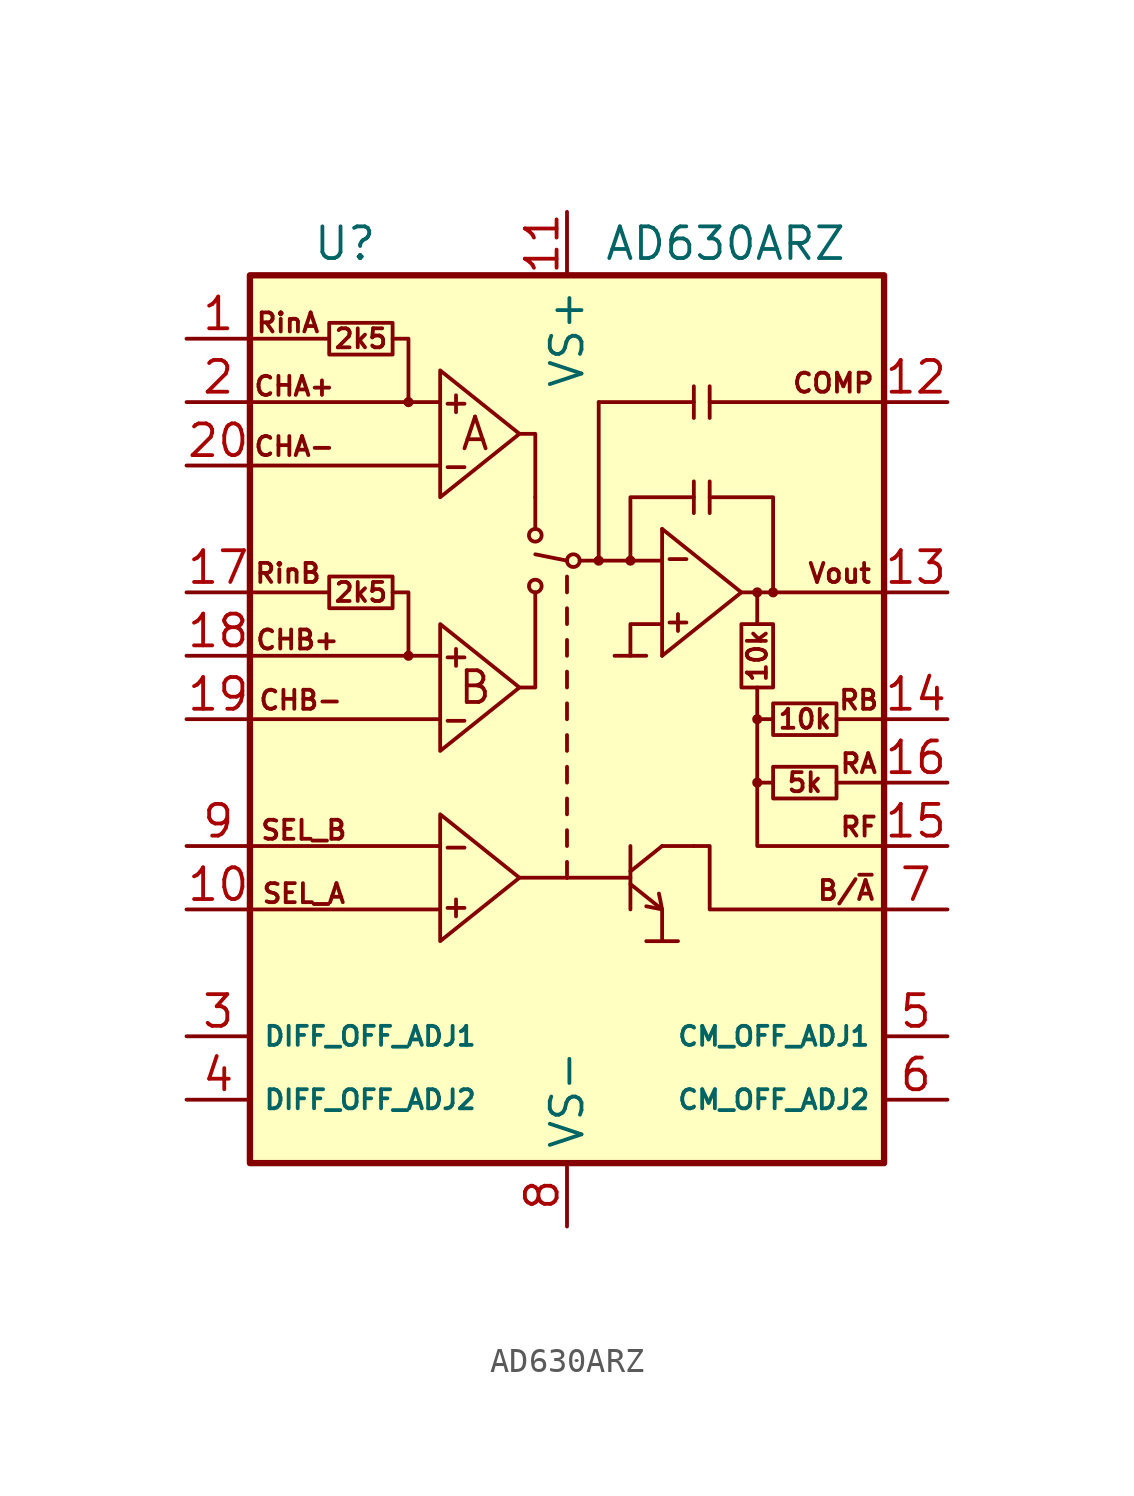
<source format=kicad_sym>
(kicad_symbol_lib
  (version 20211014)
  (generator kicad_symbol_editor)
  (symbol "AD630ARZ"
    (property "Reference" "U"
      (at -8.89 19.05 0)
      (effects (font (size 1.27 1.27))))
    (property "Value" "AD630ARZ"
      (at 6.35 19.05 0)
      (effects (font (size 1.27 1.27))))
    (symbol "AD630ARZ_0_0"
      (text "+" (at -4.445 -7.493 0) (effects (font (size 0.889 0.889))))
      (text "+" (at -4.445 2.54 0) (effects (font (size 0.889 0.889))))
      (text "+" (at -4.445 12.7 0) (effects (font (size 0.889 0.889))))
      (text "+" (at 4.445 3.937 0) (effects (font (size 0.889 0.889))))
      (text "-" (at -4.445 -5.08 0) (effects (font (size 0.889 0.889))))
      (text "-" (at -4.445 0 0) (effects (font (size 0.889 0.889))))
      (text "-" (at -4.445 10.16 0) (effects (font (size 0.889 0.889))))
      (text "-" (at 4.445 6.477 0) (effects (font (size 0.889 0.889))))
      (text "10k" (at 7.62 2.54 900) (effects (font (size 0.762 0.762))))
      (text "10k" (at 9.525 0 0) (effects (font (size 0.762 0.762))))
      (text "2k5" (at -8.255 5.08 0) (effects (font (size 0.762 0.762))))
      (text "2k5" (at -8.255 15.24 0) (effects (font (size 0.762 0.762))))
      (text "5k" (at 9.525 -2.54 0) (effects (font (size 0.762 0.762))))
      (text "A" (at -3.683 11.43 0) (effects (font (size 1.27 1.27))))
      (text "B" (at -3.683 1.27 0) (effects (font (size 1.27 1.27))))
      (text "B/~{A}" (at 11.176 -6.858 0) (effects (font (size 0.762 0.762))))
      (text "CHA+" (at -10.922 13.335 0) (effects (font (size 0.762 0.762))))
      (text "CHA-" (at -10.922 10.922 0) (effects (font (size 0.762 0.762))))
      (text "CHB+" (at -10.795 3.175 0) (effects (font (size 0.762 0.762))))
      (text "CHB-" (at -10.668 0.762 0) (effects (font (size 0.762 0.762))))
      (text "COMP" (at 10.668 13.462 0) (effects (font (size 0.762 0.762))))
      (text "RA" (at 11.684 -1.778 0) (effects (font (size 0.762 0.762))))
      (text "RB" (at 11.684 0.762 0) (effects (font (size 0.762 0.762))))
      (text "RF" (at 11.684 -4.318 0) (effects (font (size 0.762 0.762))))
      (text "RinA" (at -11.176 15.875 0) (effects (font (size 0.762 0.762))))
      (text "RinB" (at -11.176 5.842 0) (effects (font (size 0.762 0.762))))
      (text "SEL_A" (at -10.541 -6.985 0) (effects (font (size 0.762 0.762))))
      (text "SEL_B" (at -10.541 -4.445 0) (effects (font (size 0.762 0.762))))
      (text "Vout" (at 10.922 5.842 0) (effects (font (size 0.762 0.762)))))
    (symbol "AD630ARZ_0_1"
      (rectangle (start -12.7 17.78) (end 12.7 -17.78) (stroke (width 0.254) (type default) (color 0 0 0 0)) (fill (type background)))
      (circle (center -6.35 2.54) (radius 0.127) (stroke (width 0) (type default) (color 0 0 0 0)) (fill (type none)))
      (circle (center -6.35 12.7) (radius 0.127) (stroke (width 0) (type default) (color 0 0 0 0)) (fill (type none)))
      (circle (center -1.27 5.334) (radius 0.254) (stroke (width 0) (type default) (color 0 0 0 0)) (fill (type none)))
      (circle (center -1.27 7.366) (radius 0.254) (stroke (width 0) (type default) (color 0 0 0 0)) (fill (type none)))
      (polyline (pts (xy -12.7 -7.62) (xy -5.08 -7.62)) (stroke (width 0) (type default) (color 0 0 0 0)) (fill (type none)))
      (polyline (pts (xy -12.7 -5.08) (xy -5.08 -5.08)) (stroke (width 0) (type default) (color 0 0 0 0)) (fill (type none)))
      (polyline (pts (xy -12.7 0) (xy -5.08 0)) (stroke (width 0) (type default) (color 0 0 0 0)) (fill (type none)))
      (polyline (pts (xy -12.7 5.08) (xy -9.525 5.08)) (stroke (width 0) (type default) (color 0 0 0 0)) (fill (type none)))
      (polyline (pts (xy -12.7 10.16) (xy -5.08 10.16)) (stroke (width 0) (type default) (color 0 0 0 0)) (fill (type none)))
      (polyline (pts (xy -12.7 15.24) (xy -9.525 15.24)) (stroke (width 0) (type default) (color 0 0 0 0)) (fill (type none)))
      (polyline (pts (xy -6.35 12.7) (xy -5.08 12.7)) (stroke (width 0) (type default) (color 0 0 0 0)) (fill (type none)))
      (polyline (pts (xy -1.905 -6.35) (xy 0 -6.35)) (stroke (width 0) (type default) (color 0 0 0 0)) (fill (type none)))
      (polyline (pts (xy -1.27 8.89) (xy -1.27 7.62)) (stroke (width 0) (type default) (color 0 0 0 0)) (fill (type none)))
      (polyline (pts (xy 0 -6.35) (xy 2.54 -6.35)) (stroke (width 0) (type default) (color 0 0 0 0)) (fill (type none)))
      (polyline (pts (xy 0 -5.715) (xy 0 -6.35)) (stroke (width 0) (type default) (color 0 0 0 0)) (fill (type none)))
      (polyline (pts (xy 0 -4.445) (xy 0 -5.08)) (stroke (width 0) (type default) (color 0 0 0 0)) (fill (type none)))
      (polyline (pts (xy 0 -3.175) (xy 0 -3.81)) (stroke (width 0) (type default) (color 0 0 0 0)) (fill (type none)))
      (polyline (pts (xy 0 -1.905) (xy 0 -2.54)) (stroke (width 0) (type default) (color 0 0 0 0)) (fill (type none)))
      (polyline (pts (xy 0 -0.635) (xy 0 -1.27)) (stroke (width 0) (type default) (color 0 0 0 0)) (fill (type none)))
      (polyline (pts (xy 0 0.635) (xy 0 0)) (stroke (width 0) (type default) (color 0 0 0 0)) (fill (type none)))
      (polyline (pts (xy 0 1.905) (xy 0 1.27)) (stroke (width 0) (type default) (color 0 0 0 0)) (fill (type none)))
      (polyline (pts (xy 0 3.175) (xy 0 2.54)) (stroke (width 0) (type default) (color 0 0 0 0)) (fill (type none)))
      (polyline (pts (xy 0 4.445) (xy 0 3.81)) (stroke (width 0) (type default) (color 0 0 0 0)) (fill (type none)))
      (polyline (pts (xy 0 5.715) (xy 0 5.08)) (stroke (width 0) (type default) (color 0 0 0 0)) (fill (type none)))
      (polyline (pts (xy 0 6.35) (xy -1.27 6.604)) (stroke (width 0) (type default) (color 0 0 0 0)) (fill (type none)))
      (polyline (pts (xy 1.27 6.35) (xy 0.508 6.35)) (stroke (width 0) (type default) (color 0 0 0 0)) (fill (type none)))
      (polyline (pts (xy 1.27 6.35) (xy 1.27 12.7)) (stroke (width 0) (type default) (color 0 0 0 0)) (fill (type none)))
      (polyline (pts (xy 1.27 6.35) (xy 3.81 6.35)) (stroke (width 0) (type default) (color 0 0 0 0)) (fill (type none)))
      (polyline (pts (xy 1.905 2.54) (xy 3.175 2.54)) (stroke (width 0) (type default) (color 0 0 0 0)) (fill (type none)))
      (polyline (pts (xy 2.54 -6.604) (xy 3.81 -7.62)) (stroke (width 0) (type default) (color 0 0 0 0)) (fill (type none)))
      (polyline (pts (xy 2.54 -6.096) (xy 3.81 -5.08)) (stroke (width 0) (type default) (color 0 0 0 0)) (fill (type none)))
      (polyline (pts (xy 2.54 -5.08) (xy 2.54 -7.62)) (stroke (width 0) (type default) (color 0 0 0 0)) (fill (type none)))
      (polyline (pts (xy 3.81 -8.89) (xy 4.445 -8.89)) (stroke (width 0) (type default) (color 0 0 0 0)) (fill (type none)))
      (polyline (pts (xy 3.81 -5.08) (xy 5.08 -5.08)) (stroke (width 0) (type default) (color 0 0 0 0)) (fill (type none)))
      (polyline (pts (xy 3.81 7.62) (xy 3.81 2.54)) (stroke (width 0) (type default) (color 0 0 0 0)) (fill (type none)))
      (polyline (pts (xy 5.08 9.525) (xy 5.08 8.255)) (stroke (width 0) (type default) (color 0 0 0 0)) (fill (type none)))
      (polyline (pts (xy 5.08 12.065) (xy 5.08 12.7)) (stroke (width 0) (type default) (color 0 0 0 0)) (fill (type none)))
      (polyline (pts (xy 5.715 9.525) (xy 5.715 8.255)) (stroke (width 0) (type default) (color 0 0 0 0)) (fill (type none)))
      (polyline (pts (xy 5.715 12.7) (xy 12.7 12.7)) (stroke (width 0) (type default) (color 0 0 0 0)) (fill (type none)))
      (polyline (pts (xy 5.715 13.335) (xy 5.715 12.065)) (stroke (width 0) (type default) (color 0 0 0 0)) (fill (type none)))
      (polyline (pts (xy 7.62 1.27) (xy 7.62 -2.54)) (stroke (width 0) (type default) (color 0 0 0 0)) (fill (type none)))
      (polyline (pts (xy 7.62 5.08) (xy 12.7 5.08)) (stroke (width 0) (type default) (color 0 0 0 0)) (fill (type none)))
      (polyline (pts (xy 8.255 -2.54) (xy 7.62 -2.54)) (stroke (width 0) (type default) (color 0 0 0 0)) (fill (type none)))
      (polyline (pts (xy 8.255 0) (xy 7.62 0)) (stroke (width 0) (type default) (color 0 0 0 0)) (fill (type none)))
      (polyline (pts (xy 10.795 -2.54) (xy 12.7 -2.54)) (stroke (width 0) (type default) (color 0 0 0 0)) (fill (type none)))
      (polyline (pts (xy 10.795 0) (xy 12.7 0)) (stroke (width 0) (type default) (color 0 0 0 0)) (fill (type none)))
      (polyline (pts (xy -6.35 2.54) (xy -5.715 2.54) (xy -5.08 2.54)) (stroke (width 0) (type default) (color 0 0 0 0)) (fill (type none)))
      (polyline (pts (xy -1.905 1.27) (xy -1.27 1.27) (xy -1.27 5.08)) (stroke (width 0) (type default) (color 0 0 0 0)) (fill (type none)))
      (polyline (pts (xy -1.905 11.43) (xy -1.27 11.43) (xy -1.27 8.89)) (stroke (width 0) (type default) (color 0 0 0 0)) (fill (type none)))
      (polyline (pts (xy 1.27 12.7) (xy 5.08 12.7) (xy 5.08 13.335)) (stroke (width 0) (type default) (color 0 0 0 0)) (fill (type none)))
      (polyline (pts (xy 2.54 6.35) (xy 2.54 8.89) (xy 5.08 8.89)) (stroke (width 0) (type default) (color 0 0 0 0)) (fill (type none)))
      (polyline (pts (xy 3.683 -6.985) (xy 3.81 -7.62) (xy 3.175 -7.493)) (stroke (width 0) (type default) (color 0 0 0 0)) (fill (type none)))
      (polyline (pts (xy 3.81 -7.62) (xy 3.81 -8.89) (xy 3.175 -8.89)) (stroke (width 0) (type default) (color 0 0 0 0)) (fill (type none)))
      (polyline (pts (xy 3.81 3.81) (xy 2.54 3.81) (xy 2.54 2.54)) (stroke (width 0) (type default) (color 0 0 0 0)) (fill (type none)))
      (polyline (pts (xy 3.81 7.62) (xy 6.985 5.08) (xy 3.81 2.54)) (stroke (width 0) (type default) (color 0 0 0 0)) (fill (type none)))
      (polyline (pts (xy 5.715 8.89) (xy 8.255 8.89) (xy 8.255 5.08)) (stroke (width 0) (type default) (color 0 0 0 0)) (fill (type none)))
      (polyline (pts (xy 7.62 -2.54) (xy 7.62 -5.08) (xy 12.7 -5.08)) (stroke (width 0) (type default) (color 0 0 0 0)) (fill (type none)))
      (polyline (pts (xy 7.62 3.81) (xy 7.62 5.08) (xy 6.985 5.08)) (stroke (width 0) (type default) (color 0 0 0 0)) (fill (type none)))
      (polyline (pts (xy -6.985 5.08) (xy -6.35 5.08) (xy -6.35 2.54) (xy -12.7 2.54)) (stroke (width 0) (type default) (color 0 0 0 0)) (fill (type none)))
      (polyline (pts (xy -6.985 15.24) (xy -6.35 15.24) (xy -6.35 12.7) (xy -12.7 12.7)) (stroke (width 0) (type default) (color 0 0 0 0)) (fill (type none)))
      (polyline (pts (xy -5.08 -3.81) (xy -5.08 -8.89) (xy -1.905 -6.35) (xy -5.08 -3.81)) (stroke (width 0) (type default) (color 0 0 0 0)) (fill (type none)))
      (polyline (pts (xy -5.08 3.81) (xy -5.08 -1.27) (xy -1.905 1.27) (xy -5.08 3.81)) (stroke (width 0) (type default) (color 0 0 0 0)) (fill (type none)))
      (polyline (pts (xy -5.08 13.97) (xy -5.08 8.89) (xy -1.905 11.43) (xy -5.08 13.97)) (stroke (width 0) (type default) (color 0 0 0 0)) (fill (type none)))
      (polyline (pts (xy 5.08 -5.08) (xy 5.715 -5.08) (xy 5.715 -7.62) (xy 12.7 -7.62)) (stroke (width 0) (type default) (color 0 0 0 0)) (fill (type none)))
      (polyline (pts (xy -9.525 5.715) (xy -9.525 4.445) (xy -6.985 4.445) (xy -6.985 5.715) (xy -9.525 5.715)) (stroke (width 0) (type default) (color 0 0 0 0)) (fill (type none)))
      (polyline (pts (xy -9.525 15.875) (xy -9.525 14.605) (xy -6.985 14.605) (xy -6.985 15.875) (xy -9.525 15.875)) (stroke (width 0) (type default) (color 0 0 0 0)) (fill (type none)))
      (polyline (pts (xy 6.985 3.81) (xy 8.255 3.81) (xy 8.255 1.27) (xy 6.985 1.27) (xy 6.985 3.81)) (stroke (width 0) (type default) (color 0 0 0 0)) (fill (type none)))
      (polyline (pts (xy 8.255 -1.905) (xy 8.255 -3.175) (xy 10.795 -3.175) (xy 10.795 -1.905) (xy 8.255 -1.905)) (stroke (width 0) (type default) (color 0 0 0 0)) (fill (type none)))
      (polyline (pts (xy 8.255 0.635) (xy 8.255 -0.635) (xy 10.795 -0.635) (xy 10.795 0.635) (xy 8.255 0.635)) (stroke (width 0) (type default) (color 0 0 0 0)) (fill (type none)))
      (circle (center 0.254 6.35) (radius 0.254) (stroke (width 0) (type default) (color 0 0 0 0)) (fill (type none)))
      (circle (center 1.27 6.35) (radius 0.127) (stroke (width 0) (type default) (color 0 0 0 0)) (fill (type none)))
      (circle (center 2.54 6.35) (radius 0.127) (stroke (width 0) (type default) (color 0 0 0 0)) (fill (type none)))
      (circle (center 7.62 -2.54) (radius 0.127) (stroke (width 0) (type default) (color 0 0 0 0)) (fill (type none)))
      (circle (center 7.62 0) (radius 0.127) (stroke (width 0) (type default) (color 0 0 0 0)) (fill (type none)))
      (circle (center 7.62 5.08) (radius 0.127) (stroke (width 0) (type default) (color 0 0 0 0)) (fill (type none)))
      (circle (center 8.255 5.08) (radius 0.127) (stroke (width 0) (type default) (color 0 0 0 0)) (fill (type none))))
    (symbol "AD630ARZ_1_1"
      (pin input line (at -15.24 15.24 0) (length 2.54) (name "RinA" (effects (font (size 0 0)))) (number "1" (effects (font (size 1.27 1.27)))))
      (pin input line (at -15.24 -7.62 0) (length 2.54) (name "SEL_A" (effects (font (size 0 0)))) (number "10" (effects (font (size 1.27 1.27)))))
      (pin power_in line (at 0 20.32 270) (length 2.54) (name "VS+" (effects (font (size 1.27 1.27)))) (number "11" (effects (font (size 1.27 1.27)))))
      (pin passive line (at 15.24 12.7 180) (length 2.54) (name "COMP" (effects (font (size 0 0)))) (number "12" (effects (font (size 1.27 1.27)))))
      (pin output line (at 15.24 5.08 180) (length 2.54) (name "Vout" (effects (font (size 0 0)))) (number "13" (effects (font (size 1.27 1.27)))))
      (pin output line (at 15.24 0 180) (length 2.54) (name "RB" (effects (font (size 0 0)))) (number "14" (effects (font (size 1.27 1.27)))))
      (pin output line (at 15.24 -5.08 180) (length 2.54) (name "RF" (effects (font (size 0 0)))) (number "15" (effects (font (size 1.27 1.27)))))
      (pin output line (at 15.24 -2.54 180) (length 2.54) (name "RA" (effects (font (size 0 0)))) (number "16" (effects (font (size 1.27 1.27)))))
      (pin input line (at -15.24 5.08 0) (length 2.54) (name "RinB" (effects (font (size 0 0)))) (number "17" (effects (font (size 1.27 1.27)))))
      (pin input line (at -15.24 2.54 0) (length 2.54) (name "CHB+" (effects (font (size 0 0)))) (number "18" (effects (font (size 1.27 1.27)))))
      (pin input line (at -15.24 0 0) (length 2.54) (name "CHB-" (effects (font (size 0 0)))) (number "19" (effects (font (size 1.27 1.27)))))
      (pin input line (at -15.24 12.7 0) (length 2.54) (name "CHA+" (effects (font (size 0 0)))) (number "2" (effects (font (size 1.27 1.27)))))
      (pin input line (at -15.24 10.16 0) (length 2.54) (name "CHA-" (effects (font (size 0 0)))) (number "20" (effects (font (size 1.27 1.27)))))
      (pin passive line (at -15.24 -12.7 0) (length 2.54) (name "DIFF_OFF_ADJ1" (effects (font (size 0.762 0.762)))) (number "3" (effects (font (size 1.27 1.27)))))
      (pin passive line (at -15.24 -15.24 0) (length 2.54) (name "DIFF_OFF_ADJ2" (effects (font (size 0.762 0.762)))) (number "4" (effects (font (size 1.27 1.27)))))
      (pin passive line (at 15.24 -12.7 180) (length 2.54) (name "CM_OFF_ADJ1" (effects (font (size 0.762 0.762)))) (number "5" (effects (font (size 1.27 1.27)))))
      (pin passive line (at 15.24 -15.24 180) (length 2.54) (name "CM_OFF_ADJ2" (effects (font (size 0.762 0.762)))) (number "6" (effects (font (size 1.27 1.27)))))
      (pin open_collector line (at 15.24 -7.62 180) (length 2.54) (name "B/~{A}" (effects (font (size 0 0)))) (number "7" (effects (font (size 1.27 1.27)))))
      (pin power_in line (at 0 -20.32 90) (length 2.54) (name "VS-" (effects (font (size 1.27 1.27)))) (number "8" (effects (font (size 1.27 1.27)))))
      (pin input line (at -15.24 -5.08 0) (length 2.54) (name "SEL_B" (effects (font (size 0 0)))) (number "9" (effects (font (size 1.27 1.27))))))))
</source>
